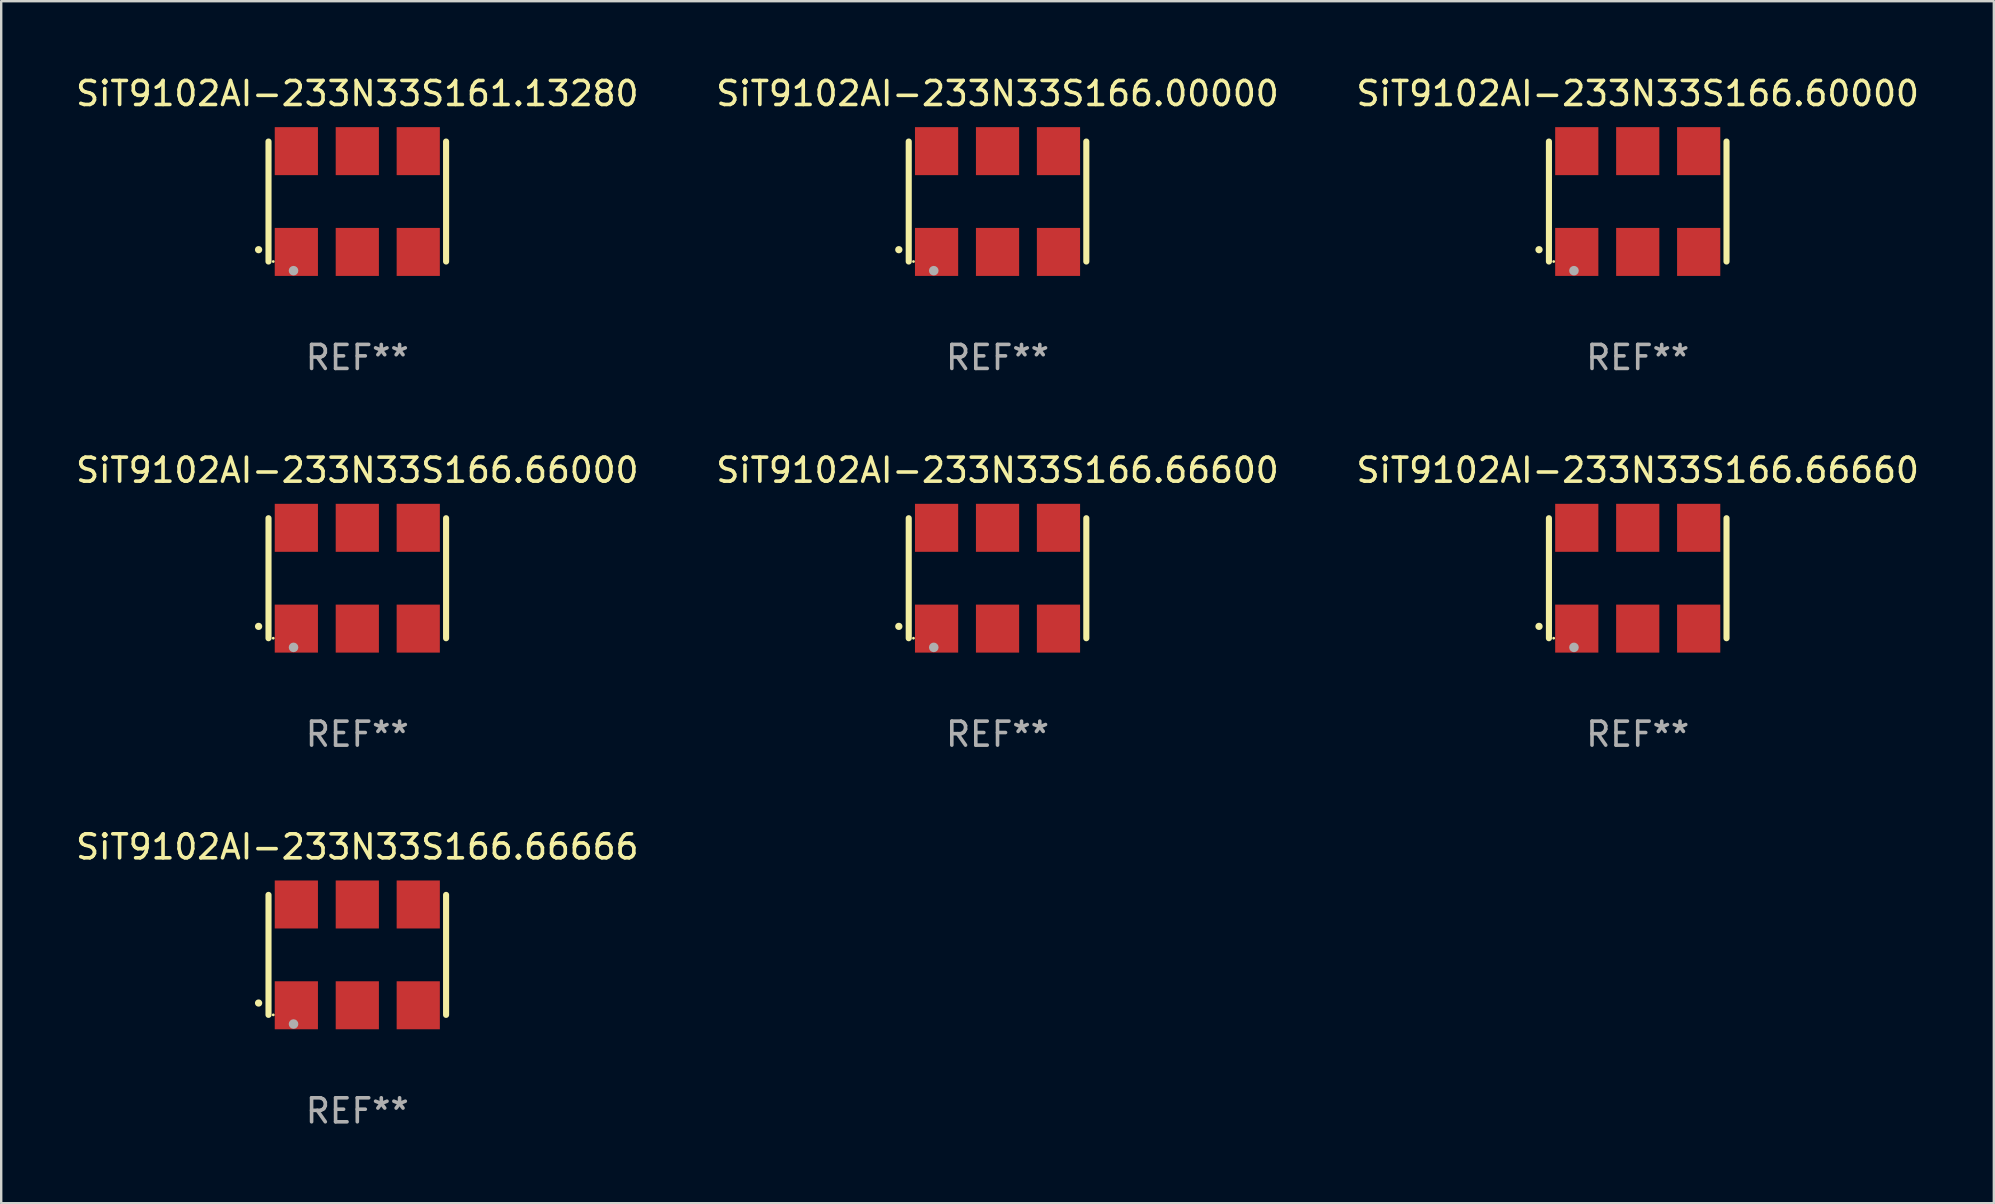
<source format=kicad_pcb>
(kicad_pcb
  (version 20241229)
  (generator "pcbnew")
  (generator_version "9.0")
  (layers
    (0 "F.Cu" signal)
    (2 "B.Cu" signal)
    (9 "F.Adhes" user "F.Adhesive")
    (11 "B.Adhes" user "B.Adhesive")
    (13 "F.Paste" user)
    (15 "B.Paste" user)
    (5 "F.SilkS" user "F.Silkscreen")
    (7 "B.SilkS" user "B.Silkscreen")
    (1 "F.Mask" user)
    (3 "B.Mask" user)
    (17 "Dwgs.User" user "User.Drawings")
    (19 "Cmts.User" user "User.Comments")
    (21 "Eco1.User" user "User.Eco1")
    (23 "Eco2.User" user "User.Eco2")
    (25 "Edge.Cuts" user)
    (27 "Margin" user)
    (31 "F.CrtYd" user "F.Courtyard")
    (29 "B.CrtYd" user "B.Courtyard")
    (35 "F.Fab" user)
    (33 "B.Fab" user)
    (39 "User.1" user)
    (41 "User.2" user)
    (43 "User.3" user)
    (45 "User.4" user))
  (footprint "SiT9102AI-233N33S161.13280"
    (layer "F.Cu")
    (at 11.839 5.348)
    (property "Reference" "SiT9102AI-233N33S161.13280" (at 0 -4.5 0) (layer "F.SilkS") (effects (font (size 1 1) (thickness 0.15))))
    (attr through_hole)
    (fp_line (start -3.7 -2.5) (end -3.7 2.5) (stroke (width 0.254) (type solid)) (layer "F.SilkS"))
    (fp_line (start 3.7 -2.5) (end 3.7 2.5) (stroke (width 0.254) (type solid)) (layer "F.SilkS"))
    (fp_arc (start -4.114415 2.006604) (mid -4.113145 2.006599) (end -4.111875 2.006604) (stroke (width 0.3) (type solid)) (layer "F.SilkS"))
    (fp_circle (center -3.502 2.5) (end -3.472 2.5) (stroke (width 0.06) (type solid)) (fill no) (layer "F.SilkS"))
    (fp_circle (center -2.657 2.882) (end -2.557 2.882) (stroke (width 0.2) (type solid)) (fill no) (layer "F.Fab"))
    (fp_text user "REF**" (at 0 6.5 0) (layer "F.Fab") (effects (font (size 1 1) (thickness 0.15))))
    (pad "1" smd rect (at -2.54 2.1) (size 1.8 2) (layers "F.Cu" "F.Mask" "F.Paste"))
    (pad "2" smd rect (at 0.000394 2.1) (size 1.8 2) (layers "F.Cu" "F.Mask" "F.Paste"))
    (pad "3" smd rect (at 2.54 2.1) (size 1.8 2) (layers "F.Cu" "F.Mask" "F.Paste"))
    (pad "4" smd rect (at 2.54 -2.1) (size 1.8 2) (layers "F.Cu" "F.Mask" "F.Paste"))
    (pad "5" smd rect (at 0.000394 -2.1) (size 1.8 2) (layers "F.Cu" "F.Mask" "F.Paste"))
    (pad "6" smd rect (at -2.54 -2.1) (size 1.8 2) (layers "F.Cu" "F.Mask" "F.Paste")))
  (footprint "SiT9102AI-233N33S166.66666"
    (layer "F.Cu")
    (at 11.839 36.741)
    (property "Reference" "SiT9102AI-233N33S166.66666" (at 0 -4.5 0) (layer "F.SilkS") (effects (font (size 1 1) (thickness 0.15))))
    (attr through_hole)
    (fp_line (start -3.7 -2.5) (end -3.7 2.5) (stroke (width 0.254) (type solid)) (layer "F.SilkS"))
    (fp_line (start 3.7 -2.5) (end 3.7 2.5) (stroke (width 0.254) (type solid)) (layer "F.SilkS"))
    (fp_arc (start -4.114415 2.006604) (mid -4.113145 2.006599) (end -4.111875 2.006604) (stroke (width 0.3) (type solid)) (layer "F.SilkS"))
    (fp_circle (center -3.502 2.5) (end -3.472 2.5) (stroke (width 0.06) (type solid)) (fill no) (layer "F.SilkS"))
    (fp_circle (center -2.657 2.882) (end -2.557 2.882) (stroke (width 0.2) (type solid)) (fill no) (layer "F.Fab"))
    (fp_text user "REF**" (at 0 6.5 0) (layer "F.Fab") (effects (font (size 1 1) (thickness 0.15))))
    (pad "1" smd rect (at -2.54 2.1) (size 1.8 2) (layers "F.Cu" "F.Mask" "F.Paste"))
    (pad "2" smd rect (at 0.000394 2.1) (size 1.8 2) (layers "F.Cu" "F.Mask" "F.Paste"))
    (pad "3" smd rect (at 2.54 2.1) (size 1.8 2) (layers "F.Cu" "F.Mask" "F.Paste"))
    (pad "4" smd rect (at 2.54 -2.1) (size 1.8 2) (layers "F.Cu" "F.Mask" "F.Paste"))
    (pad "5" smd rect (at 0.000394 -2.1) (size 1.8 2) (layers "F.Cu" "F.Mask" "F.Paste"))
    (pad "6" smd rect (at -2.54 -2.1) (size 1.8 2) (layers "F.Cu" "F.Mask" "F.Paste")))
  (footprint "SiT9102AI-233N33S166.00000"
    (layer "F.Cu")
    (at 38.518 5.348)
    (property "Reference" "SiT9102AI-233N33S166.00000" (at 0 -4.5 0) (layer "F.SilkS") (effects (font (size 1 1) (thickness 0.15))))
    (attr through_hole)
    (fp_line (start -3.7 -2.5) (end -3.7 2.5) (stroke (width 0.254) (type solid)) (layer "F.SilkS"))
    (fp_line (start 3.7 -2.5) (end 3.7 2.5) (stroke (width 0.254) (type solid)) (layer "F.SilkS"))
    (fp_arc (start -4.114415 2.006604) (mid -4.113145 2.006599) (end -4.111875 2.006604) (stroke (width 0.3) (type solid)) (layer "F.SilkS"))
    (fp_circle (center -3.502 2.5) (end -3.472 2.5) (stroke (width 0.06) (type solid)) (fill no) (layer "F.SilkS"))
    (fp_circle (center -2.657 2.882) (end -2.557 2.882) (stroke (width 0.2) (type solid)) (fill no) (layer "F.Fab"))
    (fp_text user "REF**" (at 0 6.5 0) (layer "F.Fab") (effects (font (size 1 1) (thickness 0.15))))
    (pad "1" smd rect (at -2.54 2.1) (size 1.8 2) (layers "F.Cu" "F.Mask" "F.Paste"))
    (pad "2" smd rect (at 0.000394 2.1) (size 1.8 2) (layers "F.Cu" "F.Mask" "F.Paste"))
    (pad "3" smd rect (at 2.54 2.1) (size 1.8 2) (layers "F.Cu" "F.Mask" "F.Paste"))
    (pad "4" smd rect (at 2.54 -2.1) (size 1.8 2) (layers "F.Cu" "F.Mask" "F.Paste"))
    (pad "5" smd rect (at 0.000394 -2.1) (size 1.8 2) (layers "F.Cu" "F.Mask" "F.Paste"))
    (pad "6" smd rect (at -2.54 -2.1) (size 1.8 2) (layers "F.Cu" "F.Mask" "F.Paste")))
  (footprint "SiT9102AI-233N33S166.60000"
    (layer "F.Cu")
    (at 65.196 5.348)
    (property "Reference" "SiT9102AI-233N33S166.60000" (at 0 -4.5 0) (layer "F.SilkS") (effects (font (size 1 1) (thickness 0.15))))
    (attr through_hole)
    (fp_line (start -3.7 -2.5) (end -3.7 2.5) (stroke (width 0.254) (type solid)) (layer "F.SilkS"))
    (fp_line (start 3.7 -2.5) (end 3.7 2.5) (stroke (width 0.254) (type solid)) (layer "F.SilkS"))
    (fp_arc (start -4.114415 2.006604) (mid -4.113145 2.006599) (end -4.111875 2.006604) (stroke (width 0.3) (type solid)) (layer "F.SilkS"))
    (fp_circle (center -3.502 2.5) (end -3.472 2.5) (stroke (width 0.06) (type solid)) (fill no) (layer "F.SilkS"))
    (fp_circle (center -2.657 2.882) (end -2.557 2.882) (stroke (width 0.2) (type solid)) (fill no) (layer "F.Fab"))
    (fp_text user "REF**" (at 0 6.5 0) (layer "F.Fab") (effects (font (size 1 1) (thickness 0.15))))
    (pad "1" smd rect (at -2.54 2.1) (size 1.8 2) (layers "F.Cu" "F.Mask" "F.Paste"))
    (pad "2" smd rect (at 0.000394 2.1) (size 1.8 2) (layers "F.Cu" "F.Mask" "F.Paste"))
    (pad "3" smd rect (at 2.54 2.1) (size 1.8 2) (layers "F.Cu" "F.Mask" "F.Paste"))
    (pad "4" smd rect (at 2.54 -2.1) (size 1.8 2) (layers "F.Cu" "F.Mask" "F.Paste"))
    (pad "5" smd rect (at 0.000394 -2.1) (size 1.8 2) (layers "F.Cu" "F.Mask" "F.Paste"))
    (pad "6" smd rect (at -2.54 -2.1) (size 1.8 2) (layers "F.Cu" "F.Mask" "F.Paste")))
  (footprint "SiT9102AI-233N33S166.66660"
    (layer "F.Cu")
    (at 65.196 21.045)
    (property "Reference" "SiT9102AI-233N33S166.66660" (at 0 -4.5 0) (layer "F.SilkS") (effects (font (size 1 1) (thickness 0.15))))
    (attr through_hole)
    (fp_line (start -3.7 -2.5) (end -3.7 2.5) (stroke (width 0.254) (type solid)) (layer "F.SilkS"))
    (fp_line (start 3.7 -2.5) (end 3.7 2.5) (stroke (width 0.254) (type solid)) (layer "F.SilkS"))
    (fp_arc (start -4.114415 2.006604) (mid -4.113145 2.006599) (end -4.111875 2.006604) (stroke (width 0.3) (type solid)) (layer "F.SilkS"))
    (fp_circle (center -3.502 2.5) (end -3.472 2.5) (stroke (width 0.06) (type solid)) (fill no) (layer "F.SilkS"))
    (fp_circle (center -2.657 2.882) (end -2.557 2.882) (stroke (width 0.2) (type solid)) (fill no) (layer "F.Fab"))
    (fp_text user "REF**" (at 0 6.5 0) (layer "F.Fab") (effects (font (size 1 1) (thickness 0.15))))
    (pad "1" smd rect (at -2.54 2.1) (size 1.8 2) (layers "F.Cu" "F.Mask" "F.Paste"))
    (pad "2" smd rect (at 0.000394 2.1) (size 1.8 2) (layers "F.Cu" "F.Mask" "F.Paste"))
    (pad "3" smd rect (at 2.54 2.1) (size 1.8 2) (layers "F.Cu" "F.Mask" "F.Paste"))
    (pad "4" smd rect (at 2.54 -2.1) (size 1.8 2) (layers "F.Cu" "F.Mask" "F.Paste"))
    (pad "5" smd rect (at 0.000394 -2.1) (size 1.8 2) (layers "F.Cu" "F.Mask" "F.Paste"))
    (pad "6" smd rect (at -2.54 -2.1) (size 1.8 2) (layers "F.Cu" "F.Mask" "F.Paste")))
  (footprint "SiT9102AI-233N33S166.66600"
    (layer "F.Cu")
    (at 38.518 21.045)
    (property "Reference" "SiT9102AI-233N33S166.66600" (at 0 -4.5 0) (layer "F.SilkS") (effects (font (size 1 1) (thickness 0.15))))
    (attr through_hole)
    (fp_line (start -3.7 -2.5) (end -3.7 2.5) (stroke (width 0.254) (type solid)) (layer "F.SilkS"))
    (fp_line (start 3.7 -2.5) (end 3.7 2.5) (stroke (width 0.254) (type solid)) (layer "F.SilkS"))
    (fp_arc (start -4.114415 2.006604) (mid -4.113145 2.006599) (end -4.111875 2.006604) (stroke (width 0.3) (type solid)) (layer "F.SilkS"))
    (fp_circle (center -3.502 2.5) (end -3.472 2.5) (stroke (width 0.06) (type solid)) (fill no) (layer "F.SilkS"))
    (fp_circle (center -2.657 2.882) (end -2.557 2.882) (stroke (width 0.2) (type solid)) (fill no) (layer "F.Fab"))
    (fp_text user "REF**" (at 0 6.5 0) (layer "F.Fab") (effects (font (size 1 1) (thickness 0.15))))
    (pad "1" smd rect (at -2.54 2.1) (size 1.8 2) (layers "F.Cu" "F.Mask" "F.Paste"))
    (pad "2" smd rect (at 0.000394 2.1) (size 1.8 2) (layers "F.Cu" "F.Mask" "F.Paste"))
    (pad "3" smd rect (at 2.54 2.1) (size 1.8 2) (layers "F.Cu" "F.Mask" "F.Paste"))
    (pad "4" smd rect (at 2.54 -2.1) (size 1.8 2) (layers "F.Cu" "F.Mask" "F.Paste"))
    (pad "5" smd rect (at 0.000394 -2.1) (size 1.8 2) (layers "F.Cu" "F.Mask" "F.Paste"))
    (pad "6" smd rect (at -2.54 -2.1) (size 1.8 2) (layers "F.Cu" "F.Mask" "F.Paste")))
  (footprint "SiT9102AI-233N33S166.66000"
    (layer "F.Cu")
    (at 11.839 21.045)
    (property "Reference" "SiT9102AI-233N33S166.66000" (at 0 -4.5 0) (layer "F.SilkS") (effects (font (size 1 1) (thickness 0.15))))
    (attr through_hole)
    (fp_line (start -3.7 -2.5) (end -3.7 2.5) (stroke (width 0.254) (type solid)) (layer "F.SilkS"))
    (fp_line (start 3.7 -2.5) (end 3.7 2.5) (stroke (width 0.254) (type solid)) (layer "F.SilkS"))
    (fp_arc (start -4.114415 2.006604) (mid -4.113145 2.006599) (end -4.111875 2.006604) (stroke (width 0.3) (type solid)) (layer "F.SilkS"))
    (fp_circle (center -3.502 2.5) (end -3.472 2.5) (stroke (width 0.06) (type solid)) (fill no) (layer "F.SilkS"))
    (fp_circle (center -2.657 2.882) (end -2.557 2.882) (stroke (width 0.2) (type solid)) (fill no) (layer "F.Fab"))
    (fp_text user "REF**" (at 0 6.5 0) (layer "F.Fab") (effects (font (size 1 1) (thickness 0.15))))
    (pad "1" smd rect (at -2.54 2.1) (size 1.8 2) (layers "F.Cu" "F.Mask" "F.Paste"))
    (pad "2" smd rect (at 0.000394 2.1) (size 1.8 2) (layers "F.Cu" "F.Mask" "F.Paste"))
    (pad "3" smd rect (at 2.54 2.1) (size 1.8 2) (layers "F.Cu" "F.Mask" "F.Paste"))
    (pad "4" smd rect (at 2.54 -2.1) (size 1.8 2) (layers "F.Cu" "F.Mask" "F.Paste"))
    (pad "5" smd rect (at 0.000394 -2.1) (size 1.8 2) (layers "F.Cu" "F.Mask" "F.Paste"))
    (pad "6" smd rect (at -2.54 -2.1) (size 1.8 2) (layers "F.Cu" "F.Mask" "F.Paste")))
  (gr_rect
    (start -3 -3)
    (end 80.036 47.09)
    (stroke (width 0.1) (type default))
    (fill no)
    (layer "Edge.Cuts")))
</source>
